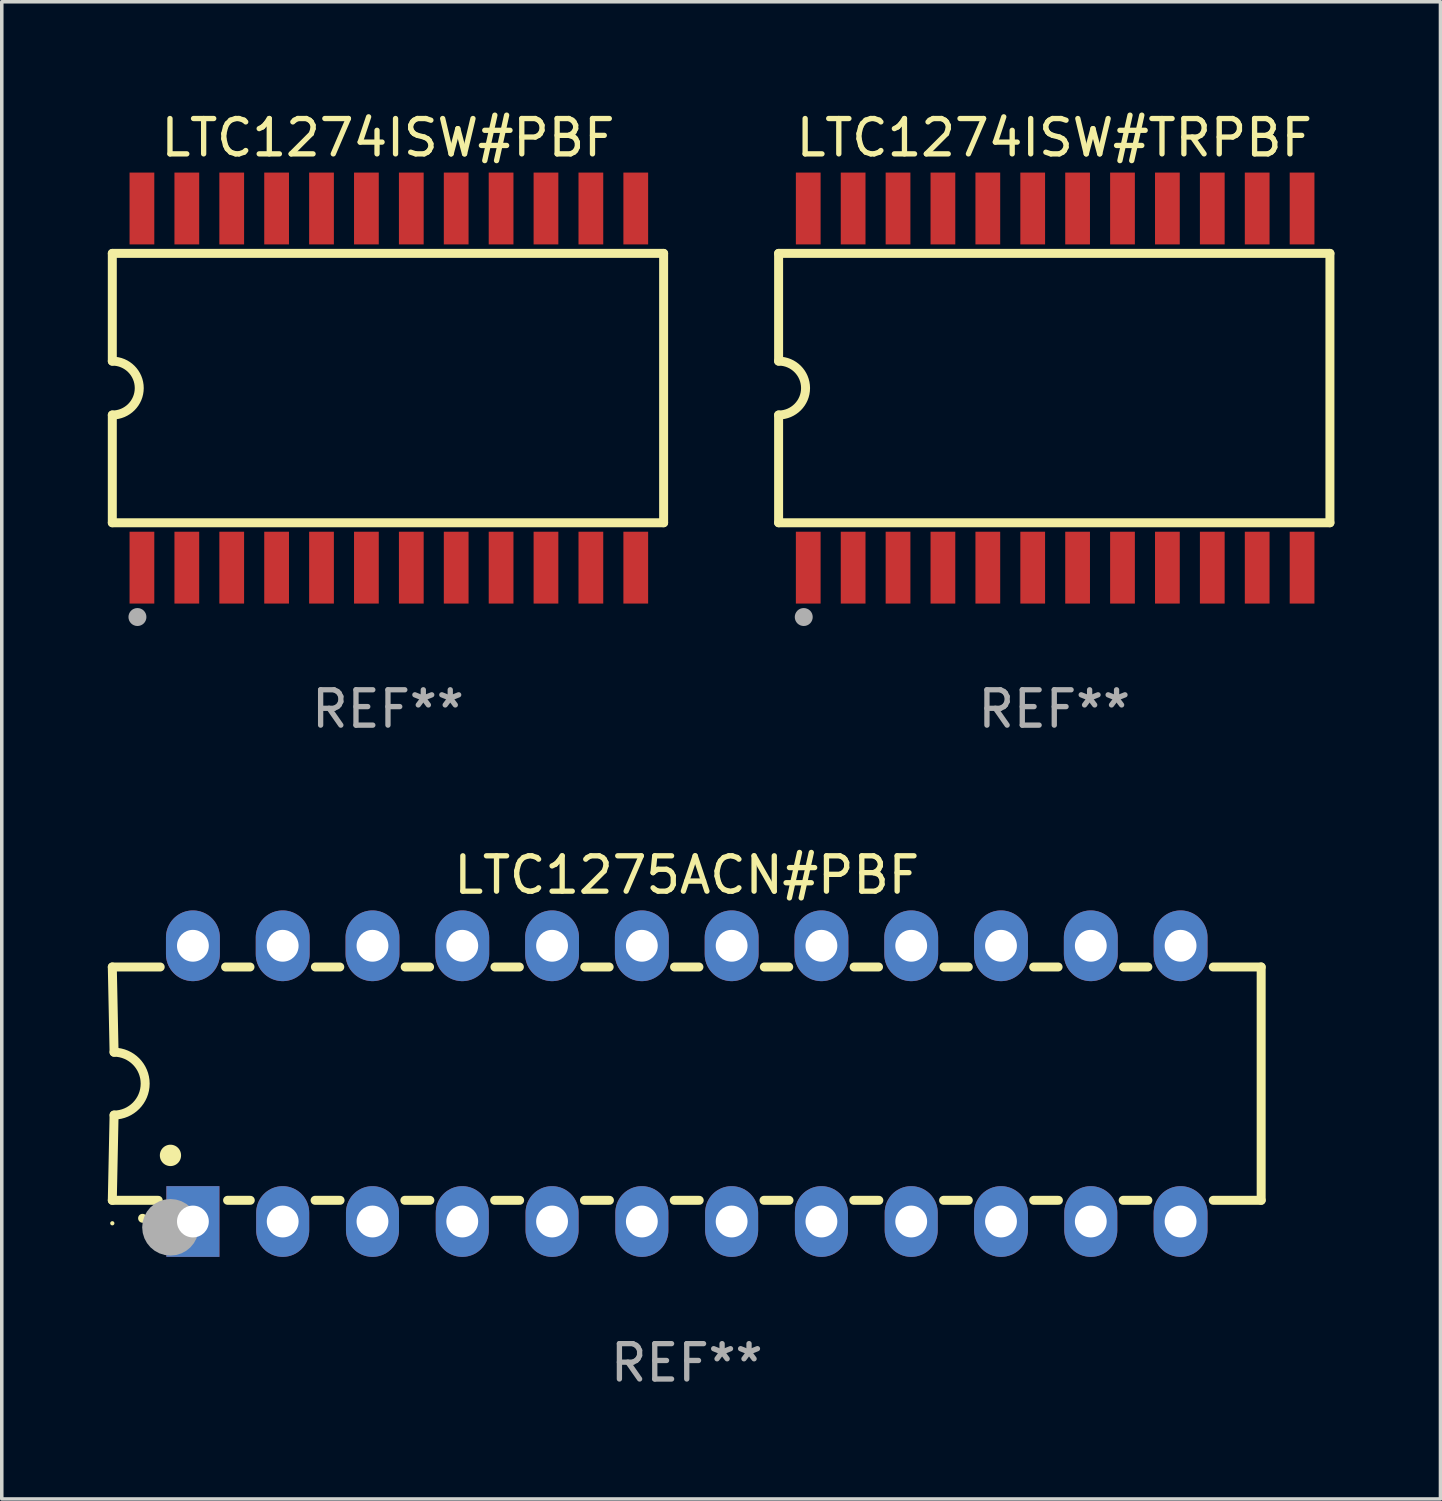
<source format=kicad_pcb>
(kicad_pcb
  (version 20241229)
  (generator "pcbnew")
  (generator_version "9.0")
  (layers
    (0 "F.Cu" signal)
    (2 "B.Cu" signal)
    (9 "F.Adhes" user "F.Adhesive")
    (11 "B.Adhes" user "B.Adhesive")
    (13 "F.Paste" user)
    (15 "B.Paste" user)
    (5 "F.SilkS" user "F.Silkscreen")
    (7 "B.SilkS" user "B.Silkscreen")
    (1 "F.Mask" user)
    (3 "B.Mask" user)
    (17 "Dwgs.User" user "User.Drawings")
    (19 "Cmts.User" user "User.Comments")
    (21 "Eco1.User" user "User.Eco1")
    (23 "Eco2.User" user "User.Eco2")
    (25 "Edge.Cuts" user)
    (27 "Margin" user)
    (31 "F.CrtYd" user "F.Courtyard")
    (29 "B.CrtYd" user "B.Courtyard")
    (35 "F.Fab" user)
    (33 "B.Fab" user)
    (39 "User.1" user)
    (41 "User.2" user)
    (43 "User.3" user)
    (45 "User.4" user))
  (footprint "LTC1275ACN#PBF"
    (layer "F.Cu")
    (at 16.377 27.605)
    (property "Reference" "LTC1275ACN#PBF" (at 0 -5.9 0) (layer "F.SilkS") (effects (font (size 1 1) (thickness 0.15))))
    (attr through_hole)
    (fp_line (start -16.25 -3.3) (end -16.2 -0.889) (stroke (width 0.254) (type solid)) (layer "F.SilkS"))
    (fp_line (start -16.25 -3.3) (end -14.895 -3.3) (stroke (width 0.254) (type solid)) (layer "F.SilkS"))
    (fp_line (start -16.25 3.3) (end -16.2 0.889) (stroke (width 0.254) (type solid)) (layer "F.SilkS"))
    (fp_line (start -16.25 3.3) (end -14.951 3.3) (stroke (width 0.254) (type solid)) (layer "F.SilkS"))
    (fp_line (start -13.045 -3.3) (end -12.355 -3.3) (stroke (width 0.254) (type solid)) (layer "F.SilkS"))
    (fp_line (start -12.989 3.3) (end -12.347 3.3) (stroke (width 0.254) (type solid)) (layer "F.SilkS"))
    (fp_line (start -10.514 3.3) (end -9.807 3.3) (stroke (width 0.254) (type solid)) (layer "F.SilkS"))
    (fp_line (start -10.505 -3.3) (end -9.815 -3.3) (stroke (width 0.254) (type solid)) (layer "F.SilkS"))
    (fp_line (start -7.974 3.3) (end -7.267 3.3) (stroke (width 0.254) (type solid)) (layer "F.SilkS"))
    (fp_line (start -7.965 -3.3) (end -7.275 -3.3) (stroke (width 0.254) (type solid)) (layer "F.SilkS"))
    (fp_line (start -5.434 3.3) (end -4.727 3.3) (stroke (width 0.254) (type solid)) (layer "F.SilkS"))
    (fp_line (start -5.425 -3.3) (end -4.735 -3.3) (stroke (width 0.254) (type solid)) (layer "F.SilkS"))
    (fp_line (start -2.894 3.3) (end -2.187 3.3) (stroke (width 0.254) (type solid)) (layer "F.SilkS"))
    (fp_line (start -2.885 -3.3) (end -2.195 -3.3) (stroke (width 0.254) (type solid)) (layer "F.SilkS"))
    (fp_line (start -0.354 3.3) (end 0.353 3.3) (stroke (width 0.254) (type solid)) (layer "F.SilkS"))
    (fp_line (start -0.345 -3.3) (end 0.345 -3.3) (stroke (width 0.254) (type solid)) (layer "F.SilkS"))
    (fp_line (start 2.186 3.3) (end 2.893 3.3) (stroke (width 0.254) (type solid)) (layer "F.SilkS"))
    (fp_line (start 2.195 -3.3) (end 2.885 -3.3) (stroke (width 0.254) (type solid)) (layer "F.SilkS"))
    (fp_line (start 4.726 3.3) (end 5.434 3.3) (stroke (width 0.254) (type solid)) (layer "F.SilkS"))
    (fp_line (start 4.735 -3.3) (end 5.425 -3.3) (stroke (width 0.254) (type solid)) (layer "F.SilkS"))
    (fp_line (start 7.266 3.3) (end 7.965 3.3) (stroke (width 0.254) (type solid)) (layer "F.SilkS"))
    (fp_line (start 7.275 -3.3) (end 7.965 -3.3) (stroke (width 0.254) (type solid)) (layer "F.SilkS"))
    (fp_line (start 9.815 -3.3) (end 10.505 -3.3) (stroke (width 0.254) (type solid)) (layer "F.SilkS"))
    (fp_line (start 9.815 3.3) (end 10.514 3.3) (stroke (width 0.254) (type solid)) (layer "F.SilkS"))
    (fp_line (start 12.346 3.3) (end 13.045 3.3) (stroke (width 0.254) (type solid)) (layer "F.SilkS"))
    (fp_line (start 12.355 -3.3) (end 13.045 -3.3) (stroke (width 0.254) (type solid)) (layer "F.SilkS"))
    (fp_line (start 16.25 -3.3) (end 14.895 -3.3) (stroke (width 0.254) (type solid)) (layer "F.SilkS"))
    (fp_line (start 16.25 -3.3) (end 16.25 3.3) (stroke (width 0.254) (type solid)) (layer "F.SilkS"))
    (fp_line (start 16.25 3.3) (end 14.895 3.3) (stroke (width 0.254) (type solid)) (layer "F.SilkS"))
    (fp_arc (start -16.201016 -0.890146) (mid -15.311429 -0.001055) (end -16.200025 0.889027) (stroke (width 0.254001) (type solid)) (layer "F.SilkS"))
    (fp_arc (start -15.394971 3.810033) (mid -15.394978 3.808763) (end -15.394971 3.807493) (stroke (width 0.25) (type solid)) (layer "F.SilkS"))
    (fp_arc (start -14.605029 2.032029) (mid -14.60504 2.029489) (end -14.605029 2.026949) (stroke (width 0.6) (type solid)) (layer "F.SilkS"))
    (fp_circle (center -16.25 3.95) (end -16.22 3.95) (stroke (width 0.06) (type solid)) (fill no) (layer "F.SilkS"))
    (fp_circle (center -14.605 4.064) (end -14.205 4.064) (stroke (width 0.8) (type solid)) (fill no) (layer "F.Fab"))
    (fp_text user "REF**" (at 0 7.9 0) (layer "F.Fab") (effects (font (size 1 1) (thickness 0.15))))
    (pad "1" thru_hole rect (at -13.97 3.9 90) (size 2 1.5) (drill 0.9) (layers "*.Cu" "*.Mask"))
    (pad "2" thru_hole oval (at -11.43 3.9 90) (size 2 1.5) (drill 0.9) (layers "*.Cu" "*.Mask"))
    (pad "3" thru_hole oval (at -8.89 3.9 90) (size 2 1.5) (drill 0.9) (layers "*.Cu" "*.Mask"))
    (pad "4" thru_hole oval (at -6.35 3.9 90) (size 2 1.5) (drill 0.9) (layers "*.Cu" "*.Mask"))
    (pad "5" thru_hole oval (at -3.81 3.9 90) (size 2 1.5) (drill 0.9) (layers "*.Cu" "*.Mask"))
    (pad "6" thru_hole oval (at -1.27 3.9 90) (size 2 1.5) (drill 0.9) (layers "*.Cu" "*.Mask"))
    (pad "7" thru_hole oval (at 1.27 3.9 90) (size 2 1.5) (drill 0.9) (layers "*.Cu" "*.Mask"))
    (pad "8" thru_hole oval (at 3.81 3.9 90) (size 2 1.5) (drill 0.9) (layers "*.Cu" "*.Mask"))
    (pad "9" thru_hole oval (at 6.35 3.9 90) (size 2 1.5) (drill 0.9) (layers "*.Cu" "*.Mask"))
    (pad "10" thru_hole oval (at 8.89 3.9 90) (size 2 1.524) (drill 0.9) (layers "*.Cu" "*.Mask"))
    (pad "11" thru_hole oval (at 11.43 3.9 90) (size 2 1.5) (drill 0.9) (layers "*.Cu" "*.Mask"))
    (pad "12" thru_hole oval (at 13.97 3.9 90) (size 2 1.524) (drill 0.9) (layers "*.Cu" "*.Mask"))
    (pad "13" thru_hole oval (at 13.97 -3.9 90) (size 2 1.524) (drill 0.9) (layers "*.Cu" "*.Mask"))
    (pad "14" thru_hole oval (at 11.43 -3.9 90) (size 2 1.524) (drill 0.9) (layers "*.Cu" "*.Mask"))
    (pad "15" thru_hole oval (at 8.89 -3.9 90) (size 2 1.524) (drill 0.9) (layers "*.Cu" "*.Mask"))
    (pad "16" thru_hole oval (at 6.35 -3.9 90) (size 2 1.524) (drill 0.9) (layers "*.Cu" "*.Mask"))
    (pad "17" thru_hole oval (at 3.81 -3.9 90) (size 2 1.524) (drill 0.9) (layers "*.Cu" "*.Mask"))
    (pad "18" thru_hole oval (at 1.27 -3.9 90) (size 2 1.524) (drill 0.9) (layers "*.Cu" "*.Mask"))
    (pad "19" thru_hole oval (at -1.27 -3.9 90) (size 2 1.524) (drill 0.9) (layers "*.Cu" "*.Mask"))
    (pad "20" thru_hole oval (at -3.81 -3.9 90) (size 2 1.524) (drill 0.9) (layers "*.Cu" "*.Mask"))
    (pad "21" thru_hole oval (at -6.35 -3.9 90) (size 2 1.524) (drill 0.9) (layers "*.Cu" "*.Mask"))
    (pad "22" thru_hole oval (at -8.89 -3.9 90) (size 2 1.524) (drill 0.9) (layers "*.Cu" "*.Mask"))
    (pad "23" thru_hole oval (at -11.43 -3.9 90) (size 2 1.524) (drill 0.9) (layers "*.Cu" "*.Mask"))
    (pad "24" thru_hole oval (at -13.97 -3.9 90) (size 2 1.524) (drill 0.9) (layers "*.Cu" "*.Mask")))
  (footprint "LTC1274ISW#PBF"
    (layer "F.Cu")
    (at 7.925 7.928)
    (property "Reference" "LTC1274ISW#PBF" (at 0 -7.08 0) (layer "F.SilkS") (effects (font (size 1 1) (thickness 0.15))))
    (attr through_hole)
    (fp_line (start -7.798 -3.81) (end -7.798 -0.762) (stroke (width 0.254) (type solid)) (layer "F.SilkS"))
    (fp_line (start -7.798 3.81) (end -7.798 0.762) (stroke (width 0.254) (type solid)) (layer "F.SilkS"))
    (fp_line (start 7.798 -3.81) (end -7.798 -3.81) (stroke (width 0.254) (type solid)) (layer "F.SilkS"))
    (fp_line (start 7.798 3.81) (end -7.798 3.81) (stroke (width 0.254) (type solid)) (layer "F.SilkS"))
    (fp_line (start 7.798 3.81) (end 7.798 -3.81) (stroke (width 0.254) (type solid)) (layer "F.SilkS"))
    (fp_arc (start -7.797791 -0.762002) (mid -7.03579 -0.000001) (end -7.79779 0.762002) (stroke (width 0.254001) (type solid)) (layer "F.SilkS"))
    (fp_circle (center -7.825 3.75) (end -7.795 3.75) (stroke (width 0.06) (type solid)) (fill no) (layer "F.SilkS"))
    (fp_circle (center -7.087 6.477) (end -6.96 6.477) (stroke (width 0.254) (type solid)) (fill no) (layer "F.Fab"))
    (fp_text user "REF**" (at 0 9.08 0) (layer "F.Fab") (effects (font (size 1 1) (thickness 0.15))))
    (pad "1" smd rect (at -6.96 5.08 90) (size 2.032 0.7) (layers "F.Cu" "F.Mask" "F.Paste"))
    (pad "2" smd rect (at -5.69 5.08 90) (size 2.032 0.7) (layers "F.Cu" "F.Mask" "F.Paste"))
    (pad "3" smd rect (at -4.42 5.08 90) (size 2.032 0.7) (layers "F.Cu" "F.Mask" "F.Paste"))
    (pad "4" smd rect (at -3.15 5.08 90) (size 2.032 0.7) (layers "F.Cu" "F.Mask" "F.Paste"))
    (pad "5" smd rect (at -1.88 5.08 90) (size 2.032 0.7) (layers "F.Cu" "F.Mask" "F.Paste"))
    (pad "6" smd rect (at -0.61 5.08 90) (size 2.032 0.7) (layers "F.Cu" "F.Mask" "F.Paste"))
    (pad "7" smd rect (at 0.66 5.08 90) (size 2.032 0.7) (layers "F.Cu" "F.Mask" "F.Paste"))
    (pad "8" smd rect (at 1.93 5.08 90) (size 2.032 0.7) (layers "F.Cu" "F.Mask" "F.Paste"))
    (pad "9" smd rect (at 3.2 5.08 90) (size 2.032 0.7) (layers "F.Cu" "F.Mask" "F.Paste"))
    (pad "10" smd rect (at 4.47 5.08 90) (size 2.032 0.7) (layers "F.Cu" "F.Mask" "F.Paste"))
    (pad "11" smd rect (at 5.74 5.08 90) (size 2.032 0.7) (layers "F.Cu" "F.Mask" "F.Paste"))
    (pad "12" smd rect (at 7.01 5.08 90) (size 2.032 0.7) (layers "F.Cu" "F.Mask" "F.Paste"))
    (pad "13" smd rect (at 7.01 -5.08 90) (size 2.032 0.7) (layers "F.Cu" "F.Mask" "F.Paste"))
    (pad "14" smd rect (at 5.74 -5.08 90) (size 2.032 0.7) (layers "F.Cu" "F.Mask" "F.Paste"))
    (pad "15" smd rect (at 4.47 -5.08 90) (size 2.032 0.7) (layers "F.Cu" "F.Mask" "F.Paste"))
    (pad "16" smd rect (at 3.2 -5.08 90) (size 2.032 0.7) (layers "F.Cu" "F.Mask" "F.Paste"))
    (pad "17" smd rect (at 1.93 -5.08 90) (size 2.032 0.7) (layers "F.Cu" "F.Mask" "F.Paste"))
    (pad "18" smd rect (at 0.66 -5.08 90) (size 2.032 0.7) (layers "F.Cu" "F.Mask" "F.Paste"))
    (pad "19" smd rect (at -0.61 -5.08 90) (size 2.032 0.7) (layers "F.Cu" "F.Mask" "F.Paste"))
    (pad "20" smd rect (at -1.88 -5.08 90) (size 2.032 0.7) (layers "F.Cu" "F.Mask" "F.Paste"))
    (pad "21" smd rect (at -3.15 -5.08 90) (size 2.032 0.7) (layers "F.Cu" "F.Mask" "F.Paste"))
    (pad "22" smd rect (at -4.42 -5.08 90) (size 2.032 0.7) (layers "F.Cu" "F.Mask" "F.Paste"))
    (pad "23" smd rect (at -5.69 -5.08 90) (size 2.032 0.7) (layers "F.Cu" "F.Mask" "F.Paste"))
    (pad "24" smd rect (at -6.96 -5.08 90) (size 2.032 0.7) (layers "F.Cu" "F.Mask" "F.Paste")))
  (footprint "LTC1274ISW#TRPBF"
    (layer "F.Cu")
    (at 26.774 7.928)
    (property "Reference" "LTC1274ISW#TRPBF" (at 0 -7.08 0) (layer "F.SilkS") (effects (font (size 1 1) (thickness 0.15))))
    (attr through_hole)
    (fp_line (start -7.798 -3.81) (end -7.798 -0.762) (stroke (width 0.254) (type solid)) (layer "F.SilkS"))
    (fp_line (start -7.798 3.81) (end -7.798 0.762) (stroke (width 0.254) (type solid)) (layer "F.SilkS"))
    (fp_line (start 7.798 -3.81) (end -7.798 -3.81) (stroke (width 0.254) (type solid)) (layer "F.SilkS"))
    (fp_line (start 7.798 3.81) (end -7.798 3.81) (stroke (width 0.254) (type solid)) (layer "F.SilkS"))
    (fp_line (start 7.798 3.81) (end 7.798 -3.81) (stroke (width 0.254) (type solid)) (layer "F.SilkS"))
    (fp_arc (start -7.797791 -0.762002) (mid -7.03579 -0.000001) (end -7.79779 0.762002) (stroke (width 0.254001) (type solid)) (layer "F.SilkS"))
    (fp_circle (center -7.825 3.75) (end -7.795 3.75) (stroke (width 0.06) (type solid)) (fill no) (layer "F.SilkS"))
    (fp_circle (center -7.087 6.477) (end -6.96 6.477) (stroke (width 0.254) (type solid)) (fill no) (layer "F.Fab"))
    (fp_text user "REF**" (at 0 9.08 0) (layer "F.Fab") (effects (font (size 1 1) (thickness 0.15))))
    (pad "1" smd rect (at -6.96 5.08 90) (size 2.032 0.7) (layers "F.Cu" "F.Mask" "F.Paste"))
    (pad "2" smd rect (at -5.69 5.08 90) (size 2.032 0.7) (layers "F.Cu" "F.Mask" "F.Paste"))
    (pad "3" smd rect (at -4.42 5.08 90) (size 2.032 0.7) (layers "F.Cu" "F.Mask" "F.Paste"))
    (pad "4" smd rect (at -3.15 5.08 90) (size 2.032 0.7) (layers "F.Cu" "F.Mask" "F.Paste"))
    (pad "5" smd rect (at -1.88 5.08 90) (size 2.032 0.7) (layers "F.Cu" "F.Mask" "F.Paste"))
    (pad "6" smd rect (at -0.61 5.08 90) (size 2.032 0.7) (layers "F.Cu" "F.Mask" "F.Paste"))
    (pad "7" smd rect (at 0.66 5.08 90) (size 2.032 0.7) (layers "F.Cu" "F.Mask" "F.Paste"))
    (pad "8" smd rect (at 1.93 5.08 90) (size 2.032 0.7) (layers "F.Cu" "F.Mask" "F.Paste"))
    (pad "9" smd rect (at 3.2 5.08 90) (size 2.032 0.7) (layers "F.Cu" "F.Mask" "F.Paste"))
    (pad "10" smd rect (at 4.47 5.08 90) (size 2.032 0.7) (layers "F.Cu" "F.Mask" "F.Paste"))
    (pad "11" smd rect (at 5.74 5.08 90) (size 2.032 0.7) (layers "F.Cu" "F.Mask" "F.Paste"))
    (pad "12" smd rect (at 7.01 5.08 90) (size 2.032 0.7) (layers "F.Cu" "F.Mask" "F.Paste"))
    (pad "13" smd rect (at 7.01 -5.08 90) (size 2.032 0.7) (layers "F.Cu" "F.Mask" "F.Paste"))
    (pad "14" smd rect (at 5.74 -5.08 90) (size 2.032 0.7) (layers "F.Cu" "F.Mask" "F.Paste"))
    (pad "15" smd rect (at 4.47 -5.08 90) (size 2.032 0.7) (layers "F.Cu" "F.Mask" "F.Paste"))
    (pad "16" smd rect (at 3.2 -5.08 90) (size 2.032 0.7) (layers "F.Cu" "F.Mask" "F.Paste"))
    (pad "17" smd rect (at 1.93 -5.08 90) (size 2.032 0.7) (layers "F.Cu" "F.Mask" "F.Paste"))
    (pad "18" smd rect (at 0.66 -5.08 90) (size 2.032 0.7) (layers "F.Cu" "F.Mask" "F.Paste"))
    (pad "19" smd rect (at -0.61 -5.08 90) (size 2.032 0.7) (layers "F.Cu" "F.Mask" "F.Paste"))
    (pad "20" smd rect (at -1.88 -5.08 90) (size 2.032 0.7) (layers "F.Cu" "F.Mask" "F.Paste"))
    (pad "21" smd rect (at -3.15 -5.08 90) (size 2.032 0.7) (layers "F.Cu" "F.Mask" "F.Paste"))
    (pad "22" smd rect (at -4.42 -5.08 90) (size 2.032 0.7) (layers "F.Cu" "F.Mask" "F.Paste"))
    (pad "23" smd rect (at -5.69 -5.08 90) (size 2.032 0.7) (layers "F.Cu" "F.Mask" "F.Paste"))
    (pad "24" smd rect (at -6.96 -5.08 90) (size 2.032 0.7) (layers "F.Cu" "F.Mask" "F.Paste")))
  (gr_rect
    (start -3 -3)
    (end 37.699 39.353)
    (stroke (width 0.1) (type default))
    (fill no)
    (layer "Edge.Cuts")))
</source>
